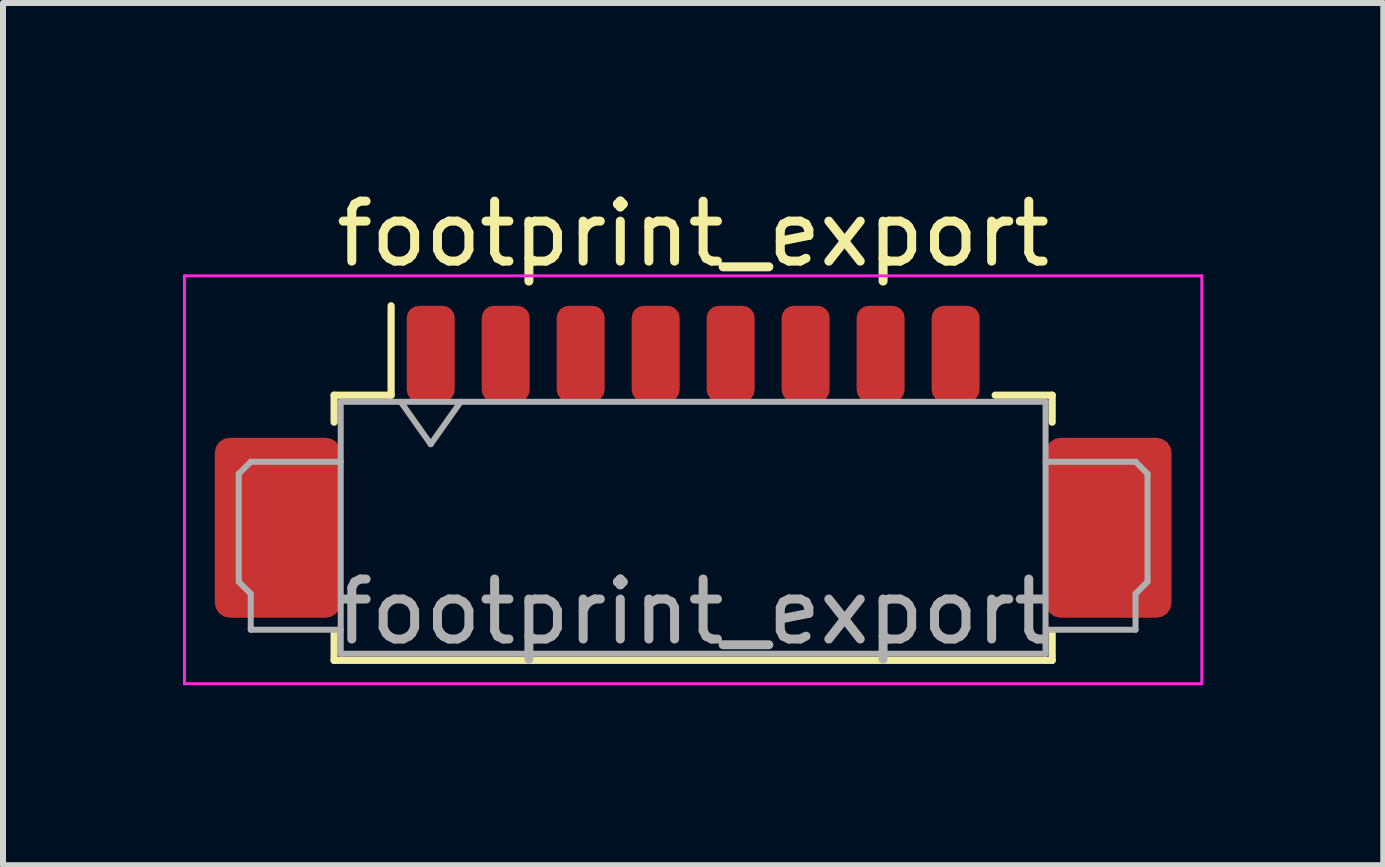
<source format=kicad_pcb>
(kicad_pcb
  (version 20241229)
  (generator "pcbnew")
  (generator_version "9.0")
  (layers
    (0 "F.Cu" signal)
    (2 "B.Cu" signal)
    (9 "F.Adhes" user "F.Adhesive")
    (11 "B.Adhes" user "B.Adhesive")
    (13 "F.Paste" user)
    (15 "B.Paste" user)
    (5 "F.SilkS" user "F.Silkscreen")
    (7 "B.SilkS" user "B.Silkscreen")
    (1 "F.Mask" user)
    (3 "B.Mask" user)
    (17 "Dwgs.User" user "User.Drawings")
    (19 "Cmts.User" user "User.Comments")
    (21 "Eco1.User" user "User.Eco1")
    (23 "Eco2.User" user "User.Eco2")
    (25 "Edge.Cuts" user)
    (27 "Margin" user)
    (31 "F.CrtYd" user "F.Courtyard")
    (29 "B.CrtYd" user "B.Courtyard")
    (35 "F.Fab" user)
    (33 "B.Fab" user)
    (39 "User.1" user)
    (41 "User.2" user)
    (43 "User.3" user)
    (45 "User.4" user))
  (footprint "footprint_export"
    (layer "F.Cu")
    (at 8.505 5.248)
    (property "Reference" "footprint_export" (at 0 -4.4 0) (layer "F.SilkS") (effects (font (size 1 1) (thickness 0.15))))
    (attr smd)
    (fp_line (start -5.985 -1.71) (end -5.035 -1.71) (stroke (width 0.12) (type solid)) (layer "F.SilkS"))
    (fp_line (start -5.985 -1.26) (end -5.985 -1.71) (stroke (width 0.12) (type solid)) (layer "F.SilkS"))
    (fp_line (start -5.985 2.26) (end -5.985 2.71) (stroke (width 0.12) (type solid)) (layer "F.SilkS"))
    (fp_line (start -5.985 2.71) (end 5.985 2.71) (stroke (width 0.12) (type solid)) (layer "F.SilkS"))
    (fp_line (start -5.035 -1.71) (end -5.035 -3.2) (stroke (width 0.12) (type solid)) (layer "F.SilkS"))
    (fp_line (start 5.985 -1.71) (end 5.035 -1.71) (stroke (width 0.12) (type solid)) (layer "F.SilkS"))
    (fp_line (start 5.985 -1.26) (end 5.985 -1.71) (stroke (width 0.12) (type solid)) (layer "F.SilkS"))
    (fp_line (start 5.985 2.71) (end 5.985 2.26) (stroke (width 0.12) (type solid)) (layer "F.SilkS"))
    (fp_line (start -8.48 -3.7) (end -8.48 3.1) (stroke (width 0.05) (type solid)) (layer "F.CrtYd"))
    (fp_line (start -8.48 3.1) (end 8.48 3.1) (stroke (width 0.05) (type solid)) (layer "F.CrtYd"))
    (fp_line (start 8.48 -3.7) (end -8.48 -3.7) (stroke (width 0.05) (type solid)) (layer "F.CrtYd"))
    (fp_line (start 8.48 3.1) (end 8.48 -3.7) (stroke (width 0.05) (type solid)) (layer "F.CrtYd"))
    (fp_line (start -7.575 -0.4) (end -7.575 1.4) (stroke (width 0.1) (type solid)) (layer "F.Fab"))
    (fp_line (start -7.575 1.4) (end -7.375 1.6) (stroke (width 0.1) (type solid)) (layer "F.Fab"))
    (fp_line (start -7.375 -0.6) (end -7.575 -0.4) (stroke (width 0.1) (type solid)) (layer "F.Fab"))
    (fp_line (start -7.375 1.6) (end -7.375 2.2) (stroke (width 0.1) (type solid)) (layer "F.Fab"))
    (fp_line (start -7.375 2.2) (end -5.875 2.2) (stroke (width 0.1) (type solid)) (layer "F.Fab"))
    (fp_line (start -5.875 -1.6) (end -5.875 2.6) (stroke (width 0.1) (type solid)) (layer "F.Fab"))
    (fp_line (start -5.875 -1.6) (end 5.875 -1.6) (stroke (width 0.1) (type solid)) (layer "F.Fab"))
    (fp_line (start -5.875 -0.6) (end -7.375 -0.6) (stroke (width 0.1) (type solid)) (layer "F.Fab"))
    (fp_line (start -5.875 2.6) (end 5.875 2.6) (stroke (width 0.1) (type solid)) (layer "F.Fab"))
    (fp_line (start -4.875 -1.6) (end -4.375 -0.893) (stroke (width 0.1) (type solid)) (layer "F.Fab"))
    (fp_line (start -4.375 -0.893) (end -3.875 -1.6) (stroke (width 0.1) (type solid)) (layer "F.Fab"))
    (fp_line (start 5.875 -1.6) (end 5.875 2.6) (stroke (width 0.1) (type solid)) (layer "F.Fab"))
    (fp_line (start 5.875 -0.6) (end 7.375 -0.6) (stroke (width 0.1) (type solid)) (layer "F.Fab"))
    (fp_line (start 7.375 -0.6) (end 7.575 -0.4) (stroke (width 0.1) (type solid)) (layer "F.Fab"))
    (fp_line (start 7.375 1.6) (end 7.375 2.2) (stroke (width 0.1) (type solid)) (layer "F.Fab"))
    (fp_line (start 7.375 2.2) (end 5.875 2.2) (stroke (width 0.1) (type solid)) (layer "F.Fab"))
    (fp_line (start 7.575 -0.4) (end 7.575 1.4) (stroke (width 0.1) (type solid)) (layer "F.Fab"))
    (fp_line (start 7.575 1.4) (end 7.375 1.6) (stroke (width 0.1) (type solid)) (layer "F.Fab"))
    (fp_text user "${REFERENCE}" (at 0 1.9 0) (layer "F.Fab") (effects (font (size 1 1) (thickness 0.15))))
    (pad "1" smd roundrect (at -4.375 -2.4) (size 0.8 1.6) (layers "F.Cu" "F.Mask" "F.Paste") (roundrect_rratio 0.25))
    (pad "2" smd roundrect (at -3.125 -2.4) (size 0.8 1.6) (layers "F.Cu" "F.Mask" "F.Paste") (roundrect_rratio 0.25))
    (pad "3" smd roundrect (at -1.875 -2.4) (size 0.8 1.6) (layers "F.Cu" "F.Mask" "F.Paste") (roundrect_rratio 0.25))
    (pad "4" smd roundrect (at -0.625 -2.4) (size 0.8 1.6) (layers "F.Cu" "F.Mask" "F.Paste") (roundrect_rratio 0.25))
    (pad "5" smd roundrect (at 0.625 -2.4) (size 0.8 1.6) (layers "F.Cu" "F.Mask" "F.Paste") (roundrect_rratio 0.25))
    (pad "6" smd roundrect (at 1.875 -2.4) (size 0.8 1.6) (layers "F.Cu" "F.Mask" "F.Paste") (roundrect_rratio 0.25))
    (pad "7" smd roundrect (at 3.125 -2.4) (size 0.8 1.6) (layers "F.Cu" "F.Mask" "F.Paste") (roundrect_rratio 0.25))
    (pad "8" smd roundrect (at 4.375 -2.4) (size 0.8 1.6) (layers "F.Cu" "F.Mask" "F.Paste") (roundrect_rratio 0.25))
    (pad "MP" smd roundrect (at -6.925 0.5) (size 2.1 3) (layers "F.Cu" "F.Mask" "F.Paste") (roundrect_rratio 0.119))
    (pad "MP" smd roundrect (at 6.925 0.5) (size 2.1 3) (layers "F.Cu" "F.Mask" "F.Paste") (roundrect_rratio 0.119)))
  (gr_rect
    (start -3 -3)
    (end 20.01 11.373)
    (stroke (width 0.1) (type default))
    (fill no)
    (layer "Edge.Cuts")))
</source>
